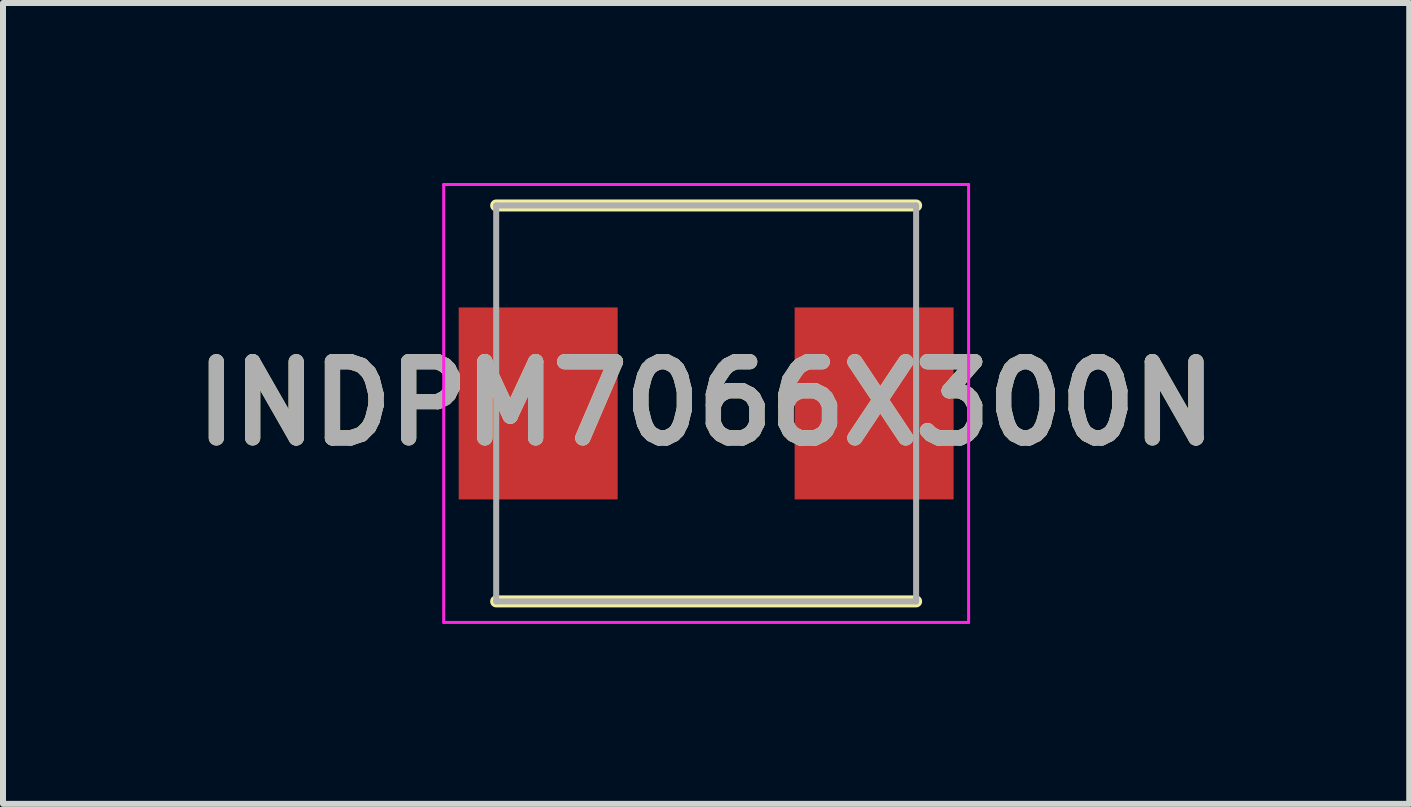
<source format=kicad_pcb>
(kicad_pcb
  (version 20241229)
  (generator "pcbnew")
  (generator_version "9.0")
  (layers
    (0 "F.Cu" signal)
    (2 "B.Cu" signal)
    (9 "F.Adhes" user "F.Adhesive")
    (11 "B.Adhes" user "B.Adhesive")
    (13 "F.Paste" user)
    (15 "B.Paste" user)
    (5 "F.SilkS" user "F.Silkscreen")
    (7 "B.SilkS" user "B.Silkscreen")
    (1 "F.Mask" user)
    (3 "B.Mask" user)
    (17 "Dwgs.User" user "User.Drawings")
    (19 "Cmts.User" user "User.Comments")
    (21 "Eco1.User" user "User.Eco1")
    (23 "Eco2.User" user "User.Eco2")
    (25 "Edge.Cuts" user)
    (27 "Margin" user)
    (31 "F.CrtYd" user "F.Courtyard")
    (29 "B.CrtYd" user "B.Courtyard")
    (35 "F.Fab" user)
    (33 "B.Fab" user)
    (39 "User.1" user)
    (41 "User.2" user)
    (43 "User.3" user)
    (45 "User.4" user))
  (footprint "INDPM7066X300N"
    (layer "F.Cu")
    (at 8.721 3.675)
    (property "Reference" "INDPM7066X300N" (at 0 0 0) (layer "F.SilkS") (effects (font (size 1.27 1.27) (thickness 0.254))))
    (attr smd)
    (fp_line (start -3.5 3.3) (end 3.5 3.3) (stroke (width 0.2) (type solid)) (layer "F.SilkS"))
    (fp_line (start 3.5 -3.3) (end -3.5 -3.3) (stroke (width 0.2) (type solid)) (layer "F.SilkS"))
    (fp_line (start -4.375 -3.65) (end 4.375 -3.65) (stroke (width 0.05) (type solid)) (layer "F.CrtYd"))
    (fp_line (start -4.375 3.65) (end -4.375 -3.65) (stroke (width 0.05) (type solid)) (layer "F.CrtYd"))
    (fp_line (start 4.375 -3.65) (end 4.375 3.65) (stroke (width 0.05) (type solid)) (layer "F.CrtYd"))
    (fp_line (start 4.375 3.65) (end -4.375 3.65) (stroke (width 0.05) (type solid)) (layer "F.CrtYd"))
    (fp_line (start -3.5 -3.3) (end 3.5 -3.3) (stroke (width 0.1) (type solid)) (layer "F.Fab"))
    (fp_line (start -3.5 3.3) (end -3.5 -3.3) (stroke (width 0.1) (type solid)) (layer "F.Fab"))
    (fp_line (start 3.5 -3.3) (end 3.5 3.3) (stroke (width 0.1) (type solid)) (layer "F.Fab"))
    (fp_line (start 3.5 3.3) (end -3.5 3.3) (stroke (width 0.1) (type solid)) (layer "F.Fab"))
    (fp_text user "${REFERENCE}" (at 0 0 0) (layer "F.Fab") (effects (font (size 1.27 1.27) (thickness 0.254))))
    (pad "1" smd rect (at -2.8 0) (size 2.65 3.2) (layers "F.Cu" "F.Mask" "F.Paste"))
    (pad "2" smd rect (at 2.8 0) (size 2.65 3.2) (layers "F.Cu" "F.Mask" "F.Paste")))
  (gr_rect
    (start -3 -3)
    (end 20.441 10.35)
    (stroke (width 0.1) (type default))
    (fill no)
    (layer "Edge.Cuts")))
</source>
